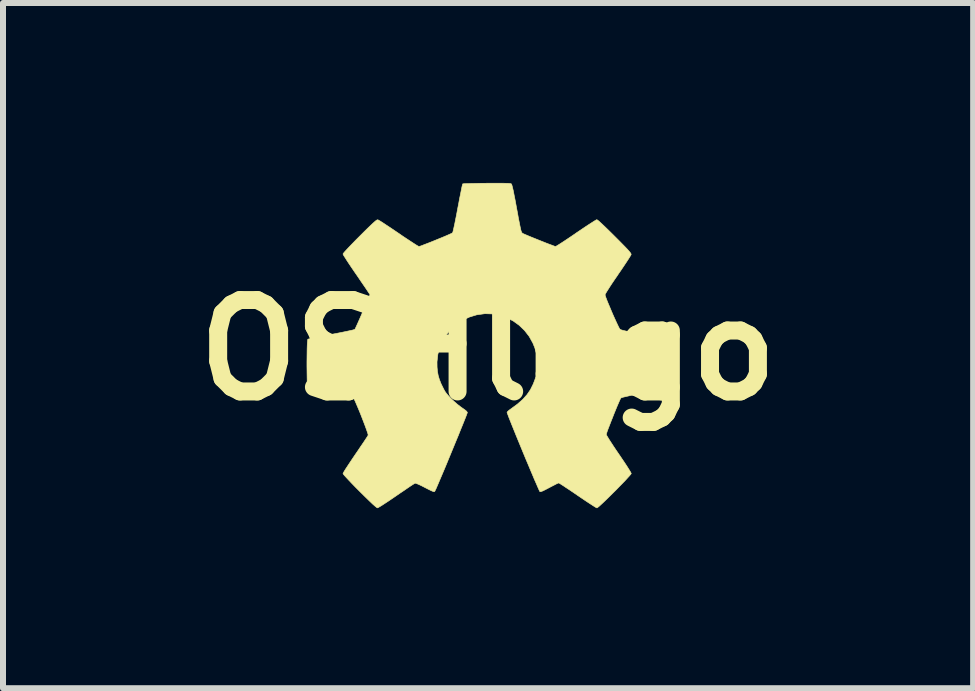
<source format=kicad_pcb>
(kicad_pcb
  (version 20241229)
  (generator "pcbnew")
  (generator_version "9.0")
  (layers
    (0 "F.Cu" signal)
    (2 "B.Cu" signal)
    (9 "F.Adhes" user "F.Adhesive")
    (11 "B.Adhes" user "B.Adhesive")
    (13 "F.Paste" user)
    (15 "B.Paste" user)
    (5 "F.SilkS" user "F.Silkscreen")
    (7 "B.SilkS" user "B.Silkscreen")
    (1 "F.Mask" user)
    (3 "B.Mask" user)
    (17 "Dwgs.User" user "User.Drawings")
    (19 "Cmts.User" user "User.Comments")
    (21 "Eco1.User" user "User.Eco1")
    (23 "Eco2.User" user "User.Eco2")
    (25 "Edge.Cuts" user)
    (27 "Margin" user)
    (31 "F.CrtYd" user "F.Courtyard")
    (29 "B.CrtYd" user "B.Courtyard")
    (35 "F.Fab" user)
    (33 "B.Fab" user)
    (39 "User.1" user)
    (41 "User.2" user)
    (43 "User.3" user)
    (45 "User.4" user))
  (footprint "OSHlogo"
    (layer "F.Cu")
    (at 5.087 2.787)
    (property "Reference" "OSHlogo" (at 0 0 0) (layer "F.SilkS") (effects (font (size 1.524 1.524) (thickness 0.3))))
    (attr through_hole)
    (fp_poly (pts (xy 0.239 -2.782) (xy 0.292 -2.781) (xy 0.333 -2.78) (xy 0.361 -2.778) (xy 0.378 -2.775) (xy 0.387 -2.772) (xy 0.388 -2.771) (xy 0.394 -2.762) (xy 0.401 -2.739) (xy 0.41 -2.703) (xy 0.422 -2.652) (xy 0.435 -2.584) (xy 0.452 -2.499) (xy 0.471 -2.395) (xy 0.471 -2.393) (xy 0.491 -2.288) (xy 0.506 -2.202) (xy 0.52 -2.132) (xy 0.531 -2.076) (xy 0.54 -2.034) (xy 0.547 -2.002) (xy 0.554 -1.979) (xy 0.561 -1.964) (xy 0.567 -1.954) (xy 0.574 -1.948) (xy 0.582 -1.944) (xy 0.587 -1.941) (xy 0.621 -1.926) (xy 0.666 -1.907) (xy 0.721 -1.884) (xy 0.781 -1.86) (xy 0.845 -1.834) (xy 0.908 -1.809) (xy 0.968 -1.785) (xy 1.023 -1.764) (xy 1.069 -1.747) (xy 1.103 -1.734) (xy 1.122 -1.728) (xy 1.125 -1.727) (xy 1.137 -1.733) (xy 1.164 -1.749) (xy 1.204 -1.774) (xy 1.255 -1.807) (xy 1.314 -1.846) (xy 1.381 -1.891) (xy 1.453 -1.94) (xy 1.468 -1.951) (xy 1.541 -2) (xy 1.609 -2.046) (xy 1.671 -2.087) (xy 1.724 -2.121) (xy 1.766 -2.148) (xy 1.796 -2.166) (xy 1.812 -2.174) (xy 1.814 -2.174) (xy 1.827 -2.167) (xy 1.854 -2.145) (xy 1.893 -2.109) (xy 1.946 -2.059) (xy 2.011 -1.996) (xy 2.088 -1.92) (xy 2.112 -1.896) (xy 2.184 -1.824) (xy 2.243 -1.764) (xy 2.289 -1.717) (xy 2.325 -1.679) (xy 2.351 -1.65) (xy 2.369 -1.628) (xy 2.38 -1.612) (xy 2.385 -1.601) (xy 2.386 -1.594) (xy 2.379 -1.58) (xy 2.362 -1.552) (xy 2.336 -1.511) (xy 2.302 -1.459) (xy 2.262 -1.399) (xy 2.217 -1.332) (xy 2.168 -1.261) (xy 2.166 -1.257) (xy 2.115 -1.183) (xy 2.069 -1.115) (xy 2.029 -1.054) (xy 1.996 -1.002) (xy 1.971 -0.962) (xy 1.956 -0.934) (xy 1.951 -0.922) (xy 1.955 -0.905) (xy 1.966 -0.873) (xy 1.983 -0.828) (xy 2.005 -0.774) (xy 2.031 -0.713) (xy 2.058 -0.648) (xy 2.086 -0.583) (xy 2.114 -0.521) (xy 2.14 -0.464) (xy 2.163 -0.415) (xy 2.181 -0.378) (xy 2.194 -0.355) (xy 2.198 -0.35) (xy 2.207 -0.343) (xy 2.222 -0.337) (xy 2.245 -0.33) (xy 2.278 -0.322) (xy 2.322 -0.312) (xy 2.38 -0.3) (xy 2.454 -0.286) (xy 2.545 -0.269) (xy 2.596 -0.26) (xy 2.701 -0.24) (xy 2.788 -0.224) (xy 2.857 -0.21) (xy 2.909 -0.198) (xy 2.947 -0.189) (xy 2.972 -0.182) (xy 2.984 -0.176) (xy 2.985 -0.174) (xy 2.988 -0.166) (xy 2.991 -0.148) (xy 2.993 -0.121) (xy 2.995 -0.081) (xy 2.995 -0.028) (xy 2.996 0.041) (xy 2.996 0.126) (xy 2.995 0.23) (xy 2.995 0.235) (xy 2.994 0.323) (xy 2.993 0.404) (xy 2.992 0.476) (xy 2.99 0.538) (xy 2.988 0.586) (xy 2.987 0.62) (xy 2.985 0.635) (xy 2.984 0.636) (xy 2.973 0.639) (xy 2.944 0.646) (xy 2.899 0.656) (xy 2.841 0.667) (xy 2.773 0.681) (xy 2.695 0.696) (xy 2.611 0.712) (xy 2.603 0.713) (xy 2.497 0.733) (xy 2.41 0.75) (xy 2.341 0.765) (xy 2.288 0.777) (xy 2.25 0.786) (xy 2.225 0.794) (xy 2.214 0.8) (xy 2.214 0.801) (xy 2.206 0.814) (xy 2.192 0.844) (xy 2.173 0.888) (xy 2.15 0.941) (xy 2.125 1.002) (xy 2.098 1.068) (xy 2.072 1.135) (xy 2.046 1.2) (xy 2.022 1.262) (xy 2.001 1.316) (xy 1.985 1.36) (xy 1.975 1.392) (xy 1.971 1.408) (xy 1.971 1.408) (xy 1.977 1.421) (xy 1.993 1.448) (xy 2.017 1.488) (xy 2.05 1.539) (xy 2.089 1.599) (xy 2.133 1.665) (xy 2.179 1.732) (xy 2.227 1.803) (xy 2.271 1.868) (xy 2.31 1.927) (xy 2.342 1.978) (xy 2.367 2.018) (xy 2.382 2.045) (xy 2.388 2.057) (xy 2.381 2.069) (xy 2.361 2.093) (xy 2.33 2.127) (xy 2.291 2.17) (xy 2.244 2.219) (xy 2.192 2.272) (xy 2.138 2.328) (xy 2.081 2.384) (xy 2.026 2.439) (xy 1.973 2.491) (xy 1.925 2.537) (xy 1.883 2.576) (xy 1.85 2.606) (xy 1.826 2.625) (xy 1.816 2.631) (xy 1.803 2.626) (xy 1.776 2.61) (xy 1.737 2.585) (xy 1.686 2.552) (xy 1.627 2.513) (xy 1.562 2.469) (xy 1.494 2.423) (xy 1.424 2.375) (xy 1.359 2.331) (xy 1.301 2.293) (xy 1.252 2.26) (xy 1.214 2.236) (xy 1.189 2.22) (xy 1.178 2.215) (xy 1.165 2.22) (xy 1.138 2.232) (xy 1.1 2.252) (xy 1.053 2.276) (xy 1.023 2.292) (xy 0.96 2.325) (xy 0.914 2.348) (xy 0.883 2.359) (xy 0.867 2.361) (xy 0.866 2.361) (xy 0.859 2.35) (xy 0.846 2.322) (xy 0.827 2.279) (xy 0.803 2.223) (xy 0.773 2.156) (xy 0.741 2.079) (xy 0.705 1.994) (xy 0.667 1.903) (xy 0.627 1.809) (xy 0.587 1.712) (xy 0.547 1.615) (xy 0.508 1.52) (xy 0.47 1.428) (xy 0.435 1.341) (xy 0.403 1.262) (xy 0.375 1.192) (xy 0.351 1.132) (xy 0.334 1.086) (xy 0.322 1.054) (xy 0.317 1.038) (xy 0.317 1.037) (xy 0.327 1.024) (xy 0.349 1.004) (xy 0.379 0.982) (xy 0.386 0.977) (xy 0.491 0.9) (xy 0.578 0.823) (xy 0.65 0.743) (xy 0.708 0.658) (xy 0.754 0.565) (xy 0.782 0.491) (xy 0.797 0.443) (xy 0.808 0.401) (xy 0.814 0.36) (xy 0.818 0.311) (xy 0.82 0.264) (xy 0.819 0.155) (xy 0.806 0.057) (xy 0.78 -0.037) (xy 0.747 -0.118) (xy 0.686 -0.228) (xy 0.609 -0.327) (xy 0.52 -0.413) (xy 0.42 -0.485) (xy 0.311 -0.541) (xy 0.195 -0.581) (xy 0.075 -0.603) (xy -0.048 -0.607) (xy -0.061 -0.606) (xy -0.189 -0.588) (xy -0.31 -0.551) (xy -0.422 -0.499) (xy -0.524 -0.432) (xy -0.615 -0.352) (xy -0.693 -0.26) (xy -0.756 -0.158) (xy -0.805 -0.047) (xy -0.837 0.071) (xy -0.851 0.196) (xy -0.85 0.283) (xy -0.843 0.358) (xy -0.831 0.424) (xy -0.812 0.488) (xy -0.785 0.557) (xy -0.76 0.609) (xy -0.737 0.655) (xy -0.716 0.692) (xy -0.692 0.725) (xy -0.663 0.759) (xy -0.624 0.8) (xy -0.611 0.813) (xy -0.566 0.856) (xy -0.516 0.9) (xy -0.468 0.938) (xy -0.429 0.966) (xy -0.385 0.997) (xy -0.357 1.02) (xy -0.346 1.037) (xy -0.345 1.041) (xy -0.349 1.054) (xy -0.36 1.084) (xy -0.377 1.128) (xy -0.4 1.186) (xy -0.428 1.255) (xy -0.46 1.333) (xy -0.494 1.419) (xy -0.532 1.51) (xy -0.571 1.605) (xy -0.611 1.702) (xy -0.651 1.799) (xy -0.69 1.894) (xy -0.728 1.985) (xy -0.764 2.07) (xy -0.797 2.147) (xy -0.826 2.216) (xy -0.85 2.272) (xy -0.869 2.316) (xy -0.883 2.344) (xy -0.889 2.356) (xy -0.896 2.36) (xy -0.909 2.359) (xy -0.929 2.352) (xy -0.96 2.338) (xy -1.004 2.316) (xy -1.051 2.292) (xy -1.109 2.262) (xy -1.158 2.239) (xy -1.193 2.225) (xy -1.214 2.219) (xy -1.217 2.219) (xy -1.229 2.226) (xy -1.256 2.243) (xy -1.296 2.269) (xy -1.346 2.303) (xy -1.404 2.343) (xy -1.47 2.387) (xy -1.529 2.428) (xy -1.598 2.475) (xy -1.663 2.519) (xy -1.721 2.557) (xy -1.77 2.589) (xy -1.808 2.612) (xy -1.834 2.627) (xy -1.844 2.631) (xy -1.857 2.624) (xy -1.884 2.602) (xy -1.925 2.566) (xy -1.978 2.515) (xy -2.044 2.451) (xy -2.123 2.373) (xy -2.141 2.355) (xy -2.21 2.286) (xy -2.271 2.223) (xy -2.322 2.169) (xy -2.364 2.124) (xy -2.395 2.09) (xy -2.413 2.067) (xy -2.418 2.059) (xy -2.412 2.046) (xy -2.397 2.019) (xy -2.372 1.979) (xy -2.339 1.929) (xy -2.3 1.87) (xy -2.256 1.804) (xy -2.212 1.739) (xy -2.164 1.669) (xy -2.12 1.603) (xy -2.08 1.545) (xy -2.047 1.495) (xy -2.021 1.456) (xy -2.005 1.43) (xy -1.999 1.419) (xy -2 1.406) (xy -2.009 1.376) (xy -2.024 1.333) (xy -2.043 1.28) (xy -2.066 1.219) (xy -2.091 1.154) (xy -2.117 1.087) (xy -2.144 1.02) (xy -2.17 0.958) (xy -2.194 0.902) (xy -2.214 0.855) (xy -2.231 0.821) (xy -2.242 0.801) (xy -2.244 0.799) (xy -2.26 0.792) (xy -2.297 0.782) (xy -2.353 0.769) (xy -2.429 0.753) (xy -2.525 0.734) (xy -2.627 0.715) (xy -2.711 0.699) (xy -2.789 0.684) (xy -2.858 0.67) (xy -2.917 0.658) (xy -2.962 0.649) (xy -2.992 0.641) (xy -3.005 0.637) (xy -3.008 0.625) (xy -3.011 0.595) (xy -3.014 0.549) (xy -3.016 0.492) (xy -3.017 0.425) (xy -3.018 0.351) (xy -3.019 0.273) (xy -3.019 0.193) (xy -3.018 0.115) (xy -3.017 0.04) (xy -3.016 -0.028) (xy -3.014 -0.086) (xy -3.011 -0.133) (xy -3.008 -0.165) (xy -3.005 -0.18) (xy -3.005 -0.181) (xy -2.992 -0.185) (xy -2.962 -0.193) (xy -2.916 -0.203) (xy -2.857 -0.215) (xy -2.787 -0.229) (xy -2.709 -0.244) (xy -2.624 -0.26) (xy -2.612 -0.262) (xy -2.517 -0.28) (xy -2.432 -0.297) (xy -2.359 -0.312) (xy -2.299 -0.325) (xy -2.255 -0.335) (xy -2.228 -0.343) (xy -2.22 -0.347) (xy -2.213 -0.359) (xy -2.2 -0.388) (xy -2.18 -0.431) (xy -2.156 -0.485) (xy -2.128 -0.548) (xy -2.098 -0.618) (xy -2.088 -0.642) (xy -1.968 -0.924) (xy -2.007 -0.983) (xy -2.022 -1.006) (xy -2.047 -1.043) (xy -2.08 -1.091) (xy -2.12 -1.149) (xy -2.163 -1.213) (xy -2.21 -1.281) (xy -2.232 -1.313) (xy -2.277 -1.379) (xy -2.318 -1.44) (xy -2.354 -1.495) (xy -2.383 -1.541) (xy -2.405 -1.575) (xy -2.416 -1.597) (xy -2.418 -1.602) (xy -2.411 -1.614) (xy -2.391 -1.638) (xy -2.359 -1.673) (xy -2.316 -1.719) (xy -2.264 -1.773) (xy -2.204 -1.835) (xy -2.14 -1.899) (xy -2.068 -1.971) (xy -2.008 -2.03) (xy -1.96 -2.076) (xy -1.922 -2.112) (xy -1.893 -2.138) (xy -1.872 -2.156) (xy -1.856 -2.167) (xy -1.845 -2.172) (xy -1.837 -2.172) (xy -1.824 -2.166) (xy -1.795 -2.149) (xy -1.754 -2.123) (xy -1.703 -2.089) (xy -1.642 -2.049) (xy -1.575 -2.004) (xy -1.503 -1.955) (xy -1.492 -1.948) (xy -1.42 -1.898) (xy -1.352 -1.853) (xy -1.291 -1.813) (xy -1.239 -1.779) (xy -1.197 -1.752) (xy -1.168 -1.735) (xy -1.153 -1.727) (xy -1.152 -1.727) (xy -1.137 -1.731) (xy -1.107 -1.741) (xy -1.065 -1.758) (xy -1.012 -1.778) (xy -0.953 -1.801) (xy -0.889 -1.827) (xy -0.826 -1.853) (xy -0.764 -1.878) (xy -0.707 -1.902) (xy -0.659 -1.923) (xy -0.621 -1.94) (xy -0.598 -1.951) (xy -0.592 -1.955) (xy -0.587 -1.967) (xy -0.579 -1.998) (xy -0.569 -2.043) (xy -0.556 -2.102) (xy -0.542 -2.173) (xy -0.526 -2.252) (xy -0.51 -2.338) (xy -0.505 -2.365) (xy -0.488 -2.452) (xy -0.473 -2.534) (xy -0.458 -2.606) (xy -0.446 -2.668) (xy -0.436 -2.718) (xy -0.428 -2.752) (xy -0.423 -2.769) (xy -0.423 -2.771) (xy -0.411 -2.773) (xy -0.381 -2.775) (xy -0.336 -2.776) (xy -0.277 -2.778) (xy -0.207 -2.779) (xy -0.127 -2.781) (xy -0.041 -2.781) (xy -0.022 -2.782) (xy 0.083 -2.782) (xy 0.169 -2.782) (xy 0.239 -2.782)) (stroke (width 0.01) (type solid)) (fill yes) (layer "F.SilkS")))
  (gr_rect
    (start -3 -3)
    (end 13.175 8.424)
    (stroke (width 0.1) (type default))
    (fill no)
    (layer "Edge.Cuts")))
</source>
